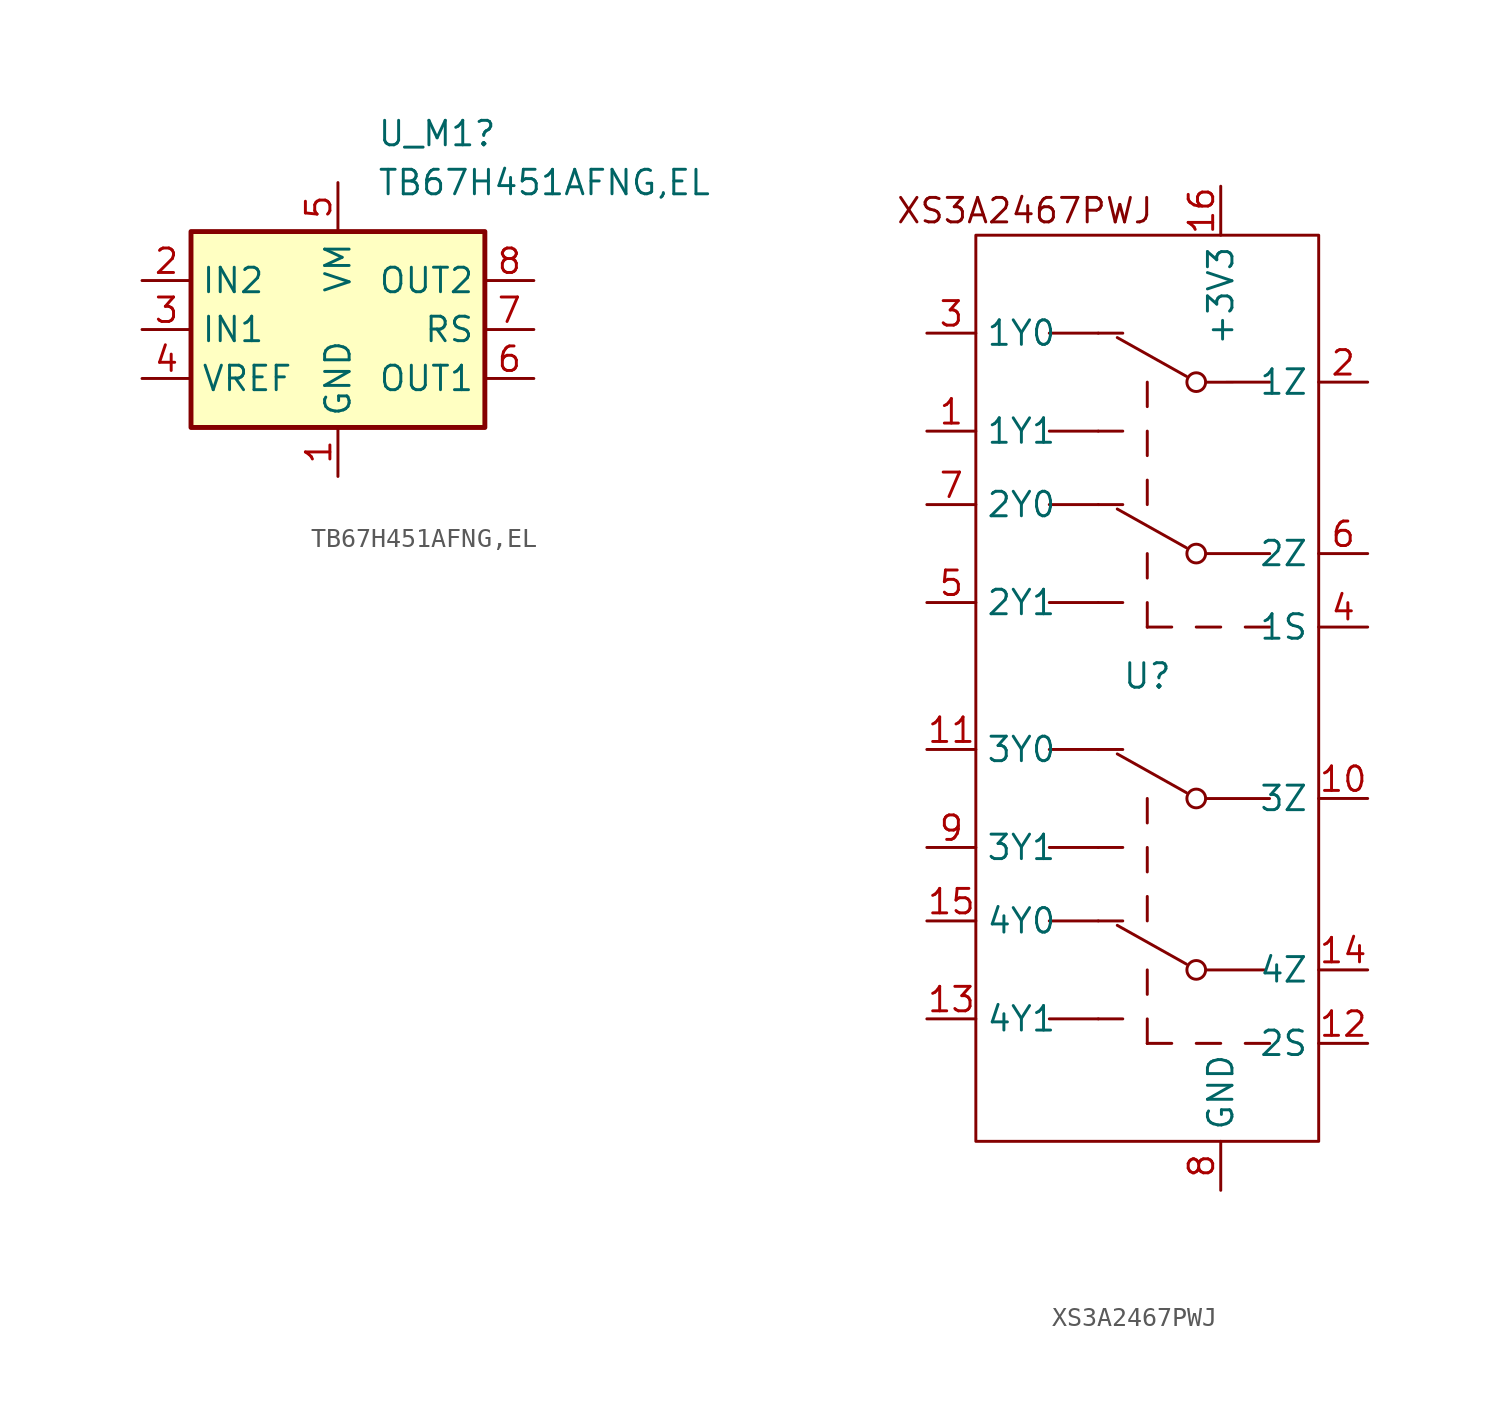
<source format=kicad_sym>
(kicad_symbol_lib
  (version 20220914)
  (generator kicad_symbol_editor)
  (symbol "TB67H451AFNG,EL"
    (property "Reference" "U_M1"
      (at 2.019 10.16 0)
      (effects (font (size 1.27 1.27)) (justify left)))
    (property "Value" "TB67H451AFNG,EL"
      (at 2.019 7.62 0)
      (effects (font (size 1.27 1.27)) (justify left)))
    (symbol "TB67H451AFNG,EL_1_0"
      (pin passive line (at 0 -7.62 90) (length 2.54) (name "GND" (effects (font (size 1.27 1.27)))) (number "1" (effects (font (size 1.27 1.27)))))
      (pin input line (at -10.16 2.54 0) (length 2.54) (name "IN2" (effects (font (size 1.27 1.27)))) (number "2" (effects (font (size 1.27 1.27)))))
      (pin input line (at -10.16 0 0) (length 2.54) (name "IN1" (effects (font (size 1.27 1.27)))) (number "3" (effects (font (size 1.27 1.27)))))
      (pin passive line (at -10.16 -2.54 0) (length 2.54) (name "VREF" (effects (font (size 1.27 1.27)))) (number "4" (effects (font (size 1.27 1.27)))))
      (pin power_in line (at 0 7.62 270) (length 2.54) (name "VM" (effects (font (size 1.27 1.27)))) (number "5" (effects (font (size 1.27 1.27)))))
      (pin output line (at 10.16 -2.54 180) (length 2.54) (name "OUT1" (effects (font (size 1.27 1.27)))) (number "6" (effects (font (size 1.27 1.27)))))
      (pin output line (at 10.16 0 180) (length 2.54) (name "RS" (effects (font (size 1.27 1.27)))) (number "7" (effects (font (size 1.27 1.27)))))
      (pin output line (at 10.16 2.54 180) (length 2.54) (name "OUT2" (effects (font (size 1.27 1.27)))) (number "8" (effects (font (size 1.27 1.27))))))
    (symbol "TB67H451AFNG,EL_1_1"
      (rectangle (start -7.62 5.08) (end 7.62 -5.08) (stroke (width 0.254) (type default)) (fill (type background)))))
  (symbol "XS3A2467PWJ"
    (property "Reference" "U"
      (at 0 0 0)
      (effects (font (size 1.27 1.27))))
    (property "Value" ""
      (at 3.81 0 0)
      (effects (font (size 1.27 1.27))))
    (symbol "XS3A2467PWJ_0_1"
      (rectangle (start -8.89 22.86) (end 8.89 -24.13) (stroke (width 0) (type default)) (fill (type none)))
      (polyline (pts (xy -5.08 -17.78) (xy -2.54 -17.78)) (stroke (width 0) (type default)) (fill (type none)))
      (polyline (pts (xy -5.08 -12.7) (xy -2.54 -12.7)) (stroke (width 0) (type default)) (fill (type none)))
      (polyline (pts (xy -5.08 -8.89) (xy -2.54 -8.89)) (stroke (width 0) (type default)) (fill (type none)))
      (polyline (pts (xy -5.08 -3.81) (xy -2.54 -3.81)) (stroke (width 0) (type default)) (fill (type none)))
      (polyline (pts (xy -5.08 3.81) (xy -2.54 3.81)) (stroke (width 0) (type default)) (fill (type none)))
      (polyline (pts (xy -5.08 8.89) (xy -2.54 8.89)) (stroke (width 0) (type default)) (fill (type none)))
      (polyline (pts (xy -5.08 12.7) (xy -2.54 12.7)) (stroke (width 0) (type default)) (fill (type none)))
      (polyline (pts (xy -5.08 17.78) (xy -2.54 17.78)) (stroke (width 0) (type default)) (fill (type none)))
      (polyline (pts (xy -2.54 -17.78) (xy -1.27 -17.78)) (stroke (width 0) (type default)) (fill (type none)))
      (polyline (pts (xy -2.54 -12.7) (xy -1.27 -12.7)) (stroke (width 0) (type default)) (fill (type none)))
      (polyline (pts (xy -2.54 -8.89) (xy -1.27 -8.89)) (stroke (width 0) (type default)) (fill (type none)))
      (polyline (pts (xy -2.54 -3.81) (xy -1.27 -3.81)) (stroke (width 0) (type default)) (fill (type none)))
      (polyline (pts (xy -2.54 3.81) (xy -1.27 3.81)) (stroke (width 0) (type default)) (fill (type none)))
      (polyline (pts (xy -2.54 8.89) (xy -1.27 8.89)) (stroke (width 0) (type default)) (fill (type none)))
      (polyline (pts (xy -2.54 12.7) (xy -1.27 12.7)) (stroke (width 0) (type default)) (fill (type none)))
      (polyline (pts (xy -2.54 17.78) (xy -1.27 17.78)) (stroke (width 0) (type default)) (fill (type none)))
      (polyline (pts (xy -1.556 -12.929) (xy 2.029 -14.939)) (stroke (width 0) (type default)) (fill (type none)))
      (polyline (pts (xy -1.556 -4.039) (xy 2.029 -6.049)) (stroke (width 0) (type default)) (fill (type none)))
      (polyline (pts (xy -1.556 8.661) (xy 2.029 6.651)) (stroke (width 0) (type default)) (fill (type none)))
      (polyline (pts (xy -1.556 17.551) (xy 2.029 15.541)) (stroke (width 0) (type default)) (fill (type none)))
      (polyline (pts (xy 0 -19.05) (xy 0 -19.05)) (stroke (width 0) (type default)) (fill (type none)))
      (polyline (pts (xy 0 -19.05) (xy 0 -17.78)) (stroke (width 0) (type default)) (fill (type none)))
      (polyline (pts (xy 0 -16.51) (xy 0 -15.24)) (stroke (width 0) (type default)) (fill (type none)))
      (polyline (pts (xy 0 -12.7) (xy 0 -11.43)) (stroke (width 0) (type default)) (fill (type none)))
      (polyline (pts (xy 0 -10.16) (xy 0 -8.89)) (stroke (width 0) (type default)) (fill (type none)))
      (polyline (pts (xy 0 -7.62) (xy 0 -6.35)) (stroke (width 0) (type default)) (fill (type none)))
      (polyline (pts (xy 0 2.54) (xy 0 2.54)) (stroke (width 0) (type default)) (fill (type none)))
      (polyline (pts (xy 0 2.54) (xy 0 3.81)) (stroke (width 0) (type default)) (fill (type none)))
      (polyline (pts (xy 0 5.08) (xy 0 6.35)) (stroke (width 0) (type default)) (fill (type none)))
      (polyline (pts (xy 0 8.89) (xy 0 10.16)) (stroke (width 0) (type default)) (fill (type none)))
      (polyline (pts (xy 0 11.43) (xy 0 12.7)) (stroke (width 0) (type default)) (fill (type none)))
      (polyline (pts (xy 0 13.97) (xy 0 15.24)) (stroke (width 0) (type default)) (fill (type none)))
      (polyline (pts (xy 1.27 -19.05) (xy 0 -19.05)) (stroke (width 0) (type default)) (fill (type none)))
      (polyline (pts (xy 1.27 2.54) (xy 0 2.54)) (stroke (width 0) (type default)) (fill (type none)))
      (polyline (pts (xy 3.81 -19.05) (xy 2.54 -19.05)) (stroke (width 0) (type default)) (fill (type none)))
      (polyline (pts (xy 3.81 2.54) (xy 2.54 2.54)) (stroke (width 0) (type default)) (fill (type none)))
      (polyline (pts (xy 6.133 -15.241) (xy 3.051 -15.242)) (stroke (width 0) (type default)) (fill (type none)))
      (polyline (pts (xy 6.342 -6.353) (xy 3.051 -6.352)) (stroke (width 0) (type default)) (fill (type none)))
      (polyline (pts (xy 6.35 -19.05) (xy 5.08 -19.05)) (stroke (width 0) (type default)) (fill (type none)))
      (polyline (pts (xy 6.35 2.54) (xy 5.08 2.54)) (stroke (width 0) (type default)) (fill (type none)))
      (polyline (pts (xy 6.35 6.35) (xy 3.051 6.348)) (stroke (width 0) (type default)) (fill (type none)))
      (polyline (pts (xy 6.35 15.24) (xy 3.051 15.238)) (stroke (width 0) (type default)) (fill (type none)))
      (circle (center 2.54 -15.24) (radius 0.486) (stroke (width 0) (type default)) (fill (type none)))
      (circle (center 2.54 -6.35) (radius 0.486) (stroke (width 0) (type default)) (fill (type none)))
      (circle (center 2.54 6.35) (radius 0.486) (stroke (width 0) (type default)) (fill (type none)))
      (circle (center 2.54 15.24) (radius 0.486) (stroke (width 0) (type default)) (fill (type none))))
    (symbol "XS3A2467PWJ_1_1"
      (text "XS3A2467PWJ" (at -6.35 24.13 0) (effects (font (size 1.27 1.27))))
      (pin output line (at -11.43 12.7 0) (length 2.54) (name "1Y1" (effects (font (size 1.27 1.27)))) (number "1" (effects (font (size 1.27 1.27)))))
      (pin input line (at 11.43 -6.35 180) (length 2.54) (name "3Z" (effects (font (size 1.27 1.27)))) (number "10" (effects (font (size 1.27 1.27)))))
      (pin output line (at -11.43 -3.81 0) (length 2.54) (name "3Y0" (effects (font (size 1.27 1.27)))) (number "11" (effects (font (size 1.27 1.27)))))
      (pin input line (at 11.43 -19.05 180) (length 2.54) (name "2S" (effects (font (size 1.27 1.27)))) (number "12" (effects (font (size 1.27 1.27)))))
      (pin output line (at -11.43 -17.78 0) (length 2.54) (name "4Y1" (effects (font (size 1.27 1.27)))) (number "13" (effects (font (size 1.27 1.27)))))
      (pin input line (at 11.43 -15.24 180) (length 2.54) (name "4Z" (effects (font (size 1.27 1.27)))) (number "14" (effects (font (size 1.27 1.27)))))
      (pin output line (at -11.43 -12.7 0) (length 2.54) (name "4Y0" (effects (font (size 1.27 1.27)))) (number "15" (effects (font (size 1.27 1.27)))))
      (pin power_in line (at 3.81 25.4 270) (length 2.54) (name "+3V3" (effects (font (size 1.27 1.27)))) (number "16" (effects (font (size 1.27 1.27)))))
      (pin input line (at 11.43 15.24 180) (length 2.54) (name "1Z" (effects (font (size 1.27 1.27)))) (number "2" (effects (font (size 1.27 1.27)))))
      (pin output line (at -11.43 17.78 0) (length 2.54) (name "1Y0" (effects (font (size 1.27 1.27)))) (number "3" (effects (font (size 1.27 1.27)))))
      (pin input line (at 11.43 2.54 180) (length 2.54) (name "1S" (effects (font (size 1.27 1.27)))) (number "4" (effects (font (size 1.27 1.27)))))
      (pin output line (at -11.43 3.81 0) (length 2.54) (name "2Y1" (effects (font (size 1.27 1.27)))) (number "5" (effects (font (size 1.27 1.27)))))
      (pin input line (at 11.43 6.35 180) (length 2.54) (name "2Z" (effects (font (size 1.27 1.27)))) (number "6" (effects (font (size 1.27 1.27)))))
      (pin output line (at -11.43 8.89 0) (length 2.54) (name "2Y0" (effects (font (size 1.27 1.27)))) (number "7" (effects (font (size 1.27 1.27)))))
      (pin power_in line (at 3.81 -26.67 90) (length 2.54) (name "GND" (effects (font (size 1.27 1.27)))) (number "8" (effects (font (size 1.27 1.27)))))
      (pin output line (at -11.43 -8.89 0) (length 2.54) (name "3Y1" (effects (font (size 1.27 1.27)))) (number "9" (effects (font (size 1.27 1.27))))))))
</source>
